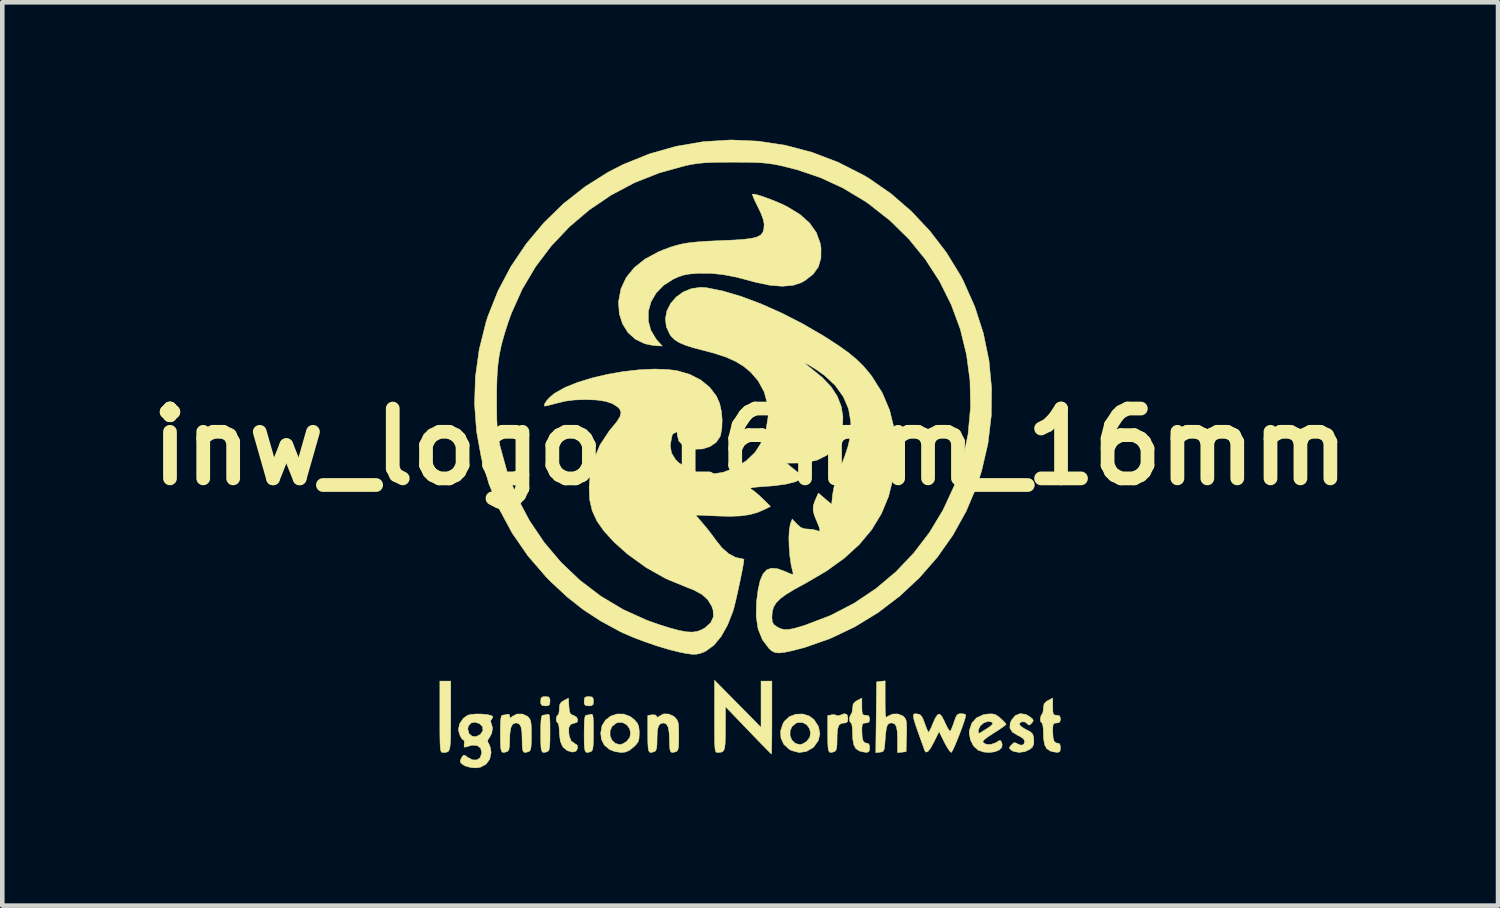
<source format=kicad_pcb>
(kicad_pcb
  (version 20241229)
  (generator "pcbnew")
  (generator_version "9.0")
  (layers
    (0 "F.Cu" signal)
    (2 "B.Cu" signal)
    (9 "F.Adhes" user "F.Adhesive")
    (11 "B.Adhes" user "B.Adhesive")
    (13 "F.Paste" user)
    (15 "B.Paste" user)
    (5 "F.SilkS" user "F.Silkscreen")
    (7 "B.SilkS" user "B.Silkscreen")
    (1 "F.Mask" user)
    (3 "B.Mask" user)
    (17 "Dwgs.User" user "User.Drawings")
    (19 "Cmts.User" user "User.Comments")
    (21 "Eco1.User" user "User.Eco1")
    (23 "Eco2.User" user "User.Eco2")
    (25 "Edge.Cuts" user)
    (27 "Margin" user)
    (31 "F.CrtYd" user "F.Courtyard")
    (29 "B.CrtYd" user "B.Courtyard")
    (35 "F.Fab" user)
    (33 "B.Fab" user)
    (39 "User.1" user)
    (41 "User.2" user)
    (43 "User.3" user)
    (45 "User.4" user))
  (footprint "inw_logo_16mm_16mm"
    (layer "F.Cu")
    (at 13.324 6.702)
    (property "Reference" "inw_logo_16mm_16mm" (at 0 0 0) (layer "F.SilkS") (effects (font (size 1.524 1.524) (thickness 0.3))))
    (attr through_hole)
    (fp_poly (pts (xy -4.398 5.461) (xy -4.372 5.501) (xy -4.369 5.554) (xy -4.377 5.626) (xy -4.417 5.653) (xy -4.47 5.656) (xy -4.542 5.647) (xy -4.569 5.608) (xy -4.572 5.554) (xy -4.564 5.482) (xy -4.524 5.456) (xy -4.47 5.453) (xy -4.398 5.461)) (stroke (width 0.01) (type solid)) (fill yes) (layer "F.SilkS"))
    (fp_poly (pts (xy -3.45 5.461) (xy -3.424 5.501) (xy -3.421 5.554) (xy -3.429 5.626) (xy -3.469 5.653) (xy -3.522 5.656) (xy -3.594 5.647) (xy -3.621 5.608) (xy -3.624 5.554) (xy -3.615 5.482) (xy -3.576 5.456) (xy -3.522 5.453) (xy -3.45 5.461)) (stroke (width 0.01) (type solid)) (fill yes) (layer "F.SilkS"))
    (fp_poly (pts (xy -6.536 5.872) (xy -6.536 6.125) (xy -6.538 6.318) (xy -6.543 6.459) (xy -6.553 6.556) (xy -6.569 6.618) (xy -6.594 6.653) (xy -6.63 6.668) (xy -6.677 6.672) (xy -6.708 6.672) (xy -6.729 6.669) (xy -6.745 6.654) (xy -6.756 6.621) (xy -6.764 6.559) (xy -6.769 6.462) (xy -6.772 6.321) (xy -6.773 6.129) (xy -6.773 5.893) (xy -6.773 5.114) (xy -6.536 5.114) (xy -6.536 5.872)) (stroke (width 0.01) (type solid)) (fill yes) (layer "F.SilkS"))
    (fp_poly (pts (xy -4.384 5.86) (xy -4.375 5.918) (xy -4.37 6.02) (xy -4.369 6.178) (xy -4.369 6.224) (xy -4.37 6.401) (xy -4.375 6.521) (xy -4.385 6.595) (xy -4.401 6.635) (xy -4.422 6.651) (xy -4.483 6.671) (xy -4.525 6.67) (xy -4.551 6.638) (xy -4.565 6.567) (xy -4.571 6.446) (xy -4.572 6.267) (xy -4.572 6.265) (xy -4.571 6.088) (xy -4.565 5.969) (xy -4.555 5.898) (xy -4.54 5.865) (xy -4.524 5.859) (xy -4.449 5.847) (xy -4.422 5.838) (xy -4.4 5.837) (xy -4.384 5.86)) (stroke (width 0.01) (type solid)) (fill yes) (layer "F.SilkS"))
    (fp_poly (pts (xy -3.436 5.86) (xy -3.427 5.918) (xy -3.422 6.02) (xy -3.421 6.178) (xy -3.421 6.224) (xy -3.422 6.401) (xy -3.427 6.521) (xy -3.437 6.595) (xy -3.453 6.635) (xy -3.474 6.651) (xy -3.535 6.671) (xy -3.576 6.67) (xy -3.603 6.638) (xy -3.617 6.567) (xy -3.623 6.446) (xy -3.624 6.267) (xy -3.624 6.265) (xy -3.622 6.088) (xy -3.617 5.969) (xy -3.607 5.898) (xy -3.591 5.865) (xy -3.576 5.859) (xy -3.501 5.847) (xy -3.474 5.838) (xy -3.451 5.837) (xy -3.436 5.86)) (stroke (width 0.01) (type solid)) (fill yes) (layer "F.SilkS"))
    (fp_poly (pts (xy 2.114 5.845) (xy 2.134 5.922) (xy 2.134 5.927) (xy 2.124 6) (xy 2.085 6.026) (xy 2.056 6.028) (xy 1.982 6.04) (xy 1.934 6.082) (xy 1.908 6.166) (xy 1.897 6.301) (xy 1.897 6.37) (xy 1.894 6.509) (xy 1.883 6.594) (xy 1.862 6.638) (xy 1.843 6.651) (xy 1.782 6.671) (xy 1.74 6.67) (xy 1.714 6.638) (xy 1.7 6.566) (xy 1.694 6.444) (xy 1.693 6.269) (xy 1.693 5.867) (xy 1.779 5.85) (xy 1.849 5.848) (xy 1.882 5.864) (xy 1.922 5.873) (xy 1.964 5.859) (xy 2.059 5.825) (xy 2.114 5.845)) (stroke (width 0.01) (type solid)) (fill yes) (layer "F.SilkS"))
    (fp_poly (pts (xy -0.27 5.611) (xy 0.237 6.125) (xy 0.237 5.114) (xy 0.474 5.114) (xy 0.474 5.91) (xy 0.474 6.134) (xy 0.473 6.333) (xy 0.471 6.499) (xy 0.468 6.622) (xy 0.466 6.692) (xy 0.464 6.706) (xy 0.438 6.682) (xy 0.373 6.617) (xy 0.275 6.517) (xy 0.151 6.39) (xy 0.009 6.242) (xy -0.042 6.189) (xy -0.538 5.673) (xy -0.54 6.152) (xy -0.542 6.349) (xy -0.547 6.489) (xy -0.559 6.581) (xy -0.581 6.636) (xy -0.617 6.662) (xy -0.67 6.671) (xy -0.714 6.672) (xy -0.735 6.669) (xy -0.75 6.655) (xy -0.762 6.621) (xy -0.77 6.56) (xy -0.775 6.464) (xy -0.777 6.324) (xy -0.778 6.132) (xy -0.778 5.884) (xy -0.777 5.097) (xy -0.27 5.611)) (stroke (width 0.01) (type solid)) (fill yes) (layer "F.SilkS"))
    (fp_poly (pts (xy 1.291 5.877) (xy 1.396 5.958) (xy 1.491 6.107) (xy 1.522 6.261) (xy 1.489 6.41) (xy 1.392 6.547) (xy 1.369 6.568) (xy 1.227 6.651) (xy 1.068 6.673) (xy 0.906 6.631) (xy 0.853 6.603) (xy 0.736 6.496) (xy 0.672 6.358) (xy 0.663 6.204) (xy 0.665 6.201) (xy 0.871 6.201) (xy 0.871 6.307) (xy 0.911 6.404) (xy 0.987 6.475) (xy 1.088 6.501) (xy 1.151 6.482) (xy 1.229 6.434) (xy 1.232 6.432) (xy 1.301 6.344) (xy 1.319 6.243) (xy 1.293 6.146) (xy 1.233 6.066) (xy 1.146 6.019) (xy 1.041 6.019) (xy 1.001 6.033) (xy 0.913 6.104) (xy 0.871 6.201) (xy 0.665 6.201) (xy 0.713 6.049) (xy 0.748 5.99) (xy 0.857 5.89) (xy 0.997 5.837) (xy 1.147 5.832) (xy 1.291 5.877)) (stroke (width 0.01) (type solid)) (fill yes) (layer "F.SilkS"))
    (fp_poly (pts (xy -3.956 5.663) (xy -3.946 5.768) (xy -3.926 5.825) (xy -3.887 5.852) (xy -3.861 5.859) (xy -3.787 5.903) (xy -3.766 5.951) (xy -3.772 6.006) (xy -3.826 6.031) (xy -3.85 6.034) (xy -3.923 6.063) (xy -3.958 6.133) (xy -3.958 6.251) (xy -3.947 6.322) (xy -3.907 6.422) (xy -3.84 6.47) (xy -3.775 6.514) (xy -3.765 6.579) (xy -3.802 6.644) (xy -3.878 6.664) (xy -3.983 6.635) (xy -3.996 6.629) (xy -4.087 6.553) (xy -4.142 6.435) (xy -4.164 6.265) (xy -4.165 6.223) (xy -4.171 6.118) (xy -4.185 6.048) (xy -4.199 6.028) (xy -4.225 5.999) (xy -4.233 5.944) (xy -4.222 5.88) (xy -4.199 5.859) (xy -4.178 5.829) (xy -4.166 5.754) (xy -4.166 5.724) (xy -4.157 5.63) (xy -4.123 5.574) (xy -4.066 5.538) (xy -3.966 5.486) (xy -3.956 5.663)) (stroke (width 0.01) (type solid)) (fill yes) (layer "F.SilkS"))
    (fp_poly (pts (xy 2.946 5.523) (xy 2.947 5.696) (xy 2.949 5.81) (xy 2.956 5.876) (xy 2.967 5.902) (xy 2.986 5.899) (xy 3.008 5.881) (xy 3.106 5.834) (xy 3.223 5.831) (xy 3.329 5.873) (xy 3.354 5.894) (xy 3.385 5.932) (xy 3.405 5.98) (xy 3.414 6.054) (xy 3.416 6.167) (xy 3.413 6.309) (xy 3.404 6.655) (xy 3.31 6.666) (xy 3.217 6.676) (xy 3.217 6.393) (xy 3.212 6.227) (xy 3.195 6.118) (xy 3.161 6.055) (xy 3.106 6.03) (xy 3.077 6.028) (xy 3.028 6.038) (xy 2.994 6.077) (xy 2.971 6.154) (xy 2.955 6.281) (xy 2.947 6.384) (xy 2.937 6.518) (xy 2.926 6.599) (xy 2.907 6.642) (xy 2.875 6.659) (xy 2.836 6.666) (xy 2.742 6.676) (xy 2.751 5.904) (xy 2.76 5.131) (xy 2.853 5.12) (xy 2.946 5.109) (xy 2.946 5.523)) (stroke (width 0.01) (type solid)) (fill yes) (layer "F.SilkS"))
    (fp_poly (pts (xy -2.758 5.834) (xy -2.615 5.889) (xy -2.526 5.959) (xy -2.464 6.03) (xy -2.433 6.101) (xy -2.422 6.199) (xy -2.421 6.252) (xy -2.426 6.365) (xy -2.446 6.44) (xy -2.494 6.504) (xy -2.548 6.556) (xy -2.643 6.631) (xy -2.731 6.665) (xy -2.819 6.672) (xy -2.952 6.653) (xy -3.07 6.607) (xy -3.071 6.606) (xy -3.186 6.508) (xy -3.247 6.383) (xy -3.262 6.245) (xy -3.254 6.201) (xy -3.058 6.201) (xy -3.058 6.307) (xy -3.018 6.404) (xy -2.942 6.475) (xy -2.841 6.501) (xy -2.778 6.482) (xy -2.7 6.434) (xy -2.697 6.432) (xy -2.627 6.344) (xy -2.609 6.243) (xy -2.635 6.146) (xy -2.696 6.066) (xy -2.783 6.019) (xy -2.888 6.019) (xy -2.927 6.033) (xy -3.016 6.104) (xy -3.058 6.201) (xy -3.254 6.201) (xy -3.234 6.088) (xy -3.156 5.964) (xy -3.042 5.877) (xy -2.905 5.832) (xy -2.758 5.834)) (stroke (width 0.01) (type solid)) (fill yes) (layer "F.SilkS"))
    (fp_poly (pts (xy -1.778 5.833) (xy -1.672 5.881) (xy -1.641 5.908) (xy -1.602 5.953) (xy -1.577 6.002) (xy -1.564 6.073) (xy -1.559 6.182) (xy -1.558 6.311) (xy -1.56 6.466) (xy -1.567 6.566) (xy -1.582 6.622) (xy -1.606 6.649) (xy -1.611 6.651) (xy -1.683 6.673) (xy -1.728 6.663) (xy -1.751 6.613) (xy -1.76 6.511) (xy -1.761 6.416) (xy -1.769 6.234) (xy -1.792 6.113) (xy -1.835 6.047) (xy -1.891 6.028) (xy -1.957 6.043) (xy -2 6.092) (xy -2.024 6.187) (xy -2.032 6.337) (xy -2.032 6.37) (xy -2.035 6.509) (xy -2.046 6.594) (xy -2.066 6.638) (xy -2.086 6.651) (xy -2.147 6.671) (xy -2.188 6.67) (xy -2.214 6.638) (xy -2.228 6.566) (xy -2.234 6.444) (xy -2.235 6.269) (xy -2.235 5.867) (xy -2.148 5.85) (xy -2.071 5.853) (xy -2.043 5.879) (xy -2.021 5.907) (xy -1.981 5.88) (xy -1.975 5.875) (xy -1.887 5.83) (xy -1.778 5.833)) (stroke (width 0.01) (type solid)) (fill yes) (layer "F.SilkS"))
    (fp_poly (pts (xy 2.438 5.672) (xy 2.441 5.779) (xy 2.452 5.835) (xy 2.48 5.856) (xy 2.523 5.859) (xy 2.588 5.873) (xy 2.607 5.928) (xy 2.608 5.944) (xy 2.594 6.008) (xy 2.539 6.028) (xy 2.523 6.028) (xy 2.473 6.034) (xy 2.447 6.062) (xy 2.439 6.131) (xy 2.438 6.195) (xy 2.445 6.337) (xy 2.466 6.423) (xy 2.507 6.462) (xy 2.544 6.469) (xy 2.591 6.486) (xy 2.607 6.55) (xy 2.608 6.57) (xy 2.598 6.643) (xy 2.561 6.668) (xy 2.532 6.67) (xy 2.436 6.655) (xy 2.381 6.638) (xy 2.308 6.589) (xy 2.262 6.506) (xy 2.239 6.377) (xy 2.235 6.251) (xy 2.23 6.135) (xy 2.218 6.055) (xy 2.201 6.028) (xy 2.176 5.999) (xy 2.167 5.946) (xy 2.18 5.874) (xy 2.201 5.842) (xy 2.224 5.797) (xy 2.235 5.715) (xy 2.235 5.705) (xy 2.248 5.615) (xy 2.3 5.559) (xy 2.337 5.537) (xy 2.438 5.485) (xy 2.438 5.672)) (stroke (width 0.01) (type solid)) (fill yes) (layer "F.SilkS"))
    (fp_poly (pts (xy 6.018 5.842) (xy 6.11 5.897) (xy 6.169 5.948) (xy 6.179 5.984) (xy 6.146 6.029) (xy 6.144 6.032) (xy 6.097 6.074) (xy 6.066 6.065) (xy 6.046 6.041) (xy 5.992 6.005) (xy 5.928 6.003) (xy 5.882 6.033) (xy 5.876 6.057) (xy 5.904 6.097) (xy 5.976 6.147) (xy 6.028 6.175) (xy 6.121 6.225) (xy 6.167 6.272) (xy 6.186 6.34) (xy 6.191 6.388) (xy 6.19 6.488) (xy 6.161 6.553) (xy 6.11 6.6) (xy 5.998 6.654) (xy 5.867 6.671) (xy 5.747 6.647) (xy 5.705 6.624) (xy 5.661 6.586) (xy 5.665 6.552) (xy 5.703 6.507) (xy 5.755 6.46) (xy 5.801 6.464) (xy 5.833 6.484) (xy 5.913 6.515) (xy 5.973 6.494) (xy 5.994 6.43) (xy 5.966 6.372) (xy 5.877 6.315) (xy 5.843 6.3) (xy 5.723 6.227) (xy 5.668 6.139) (xy 5.676 6.03) (xy 5.703 5.968) (xy 5.786 5.867) (xy 5.895 5.824) (xy 6.018 5.842)) (stroke (width 0.01) (type solid)) (fill yes) (layer "F.SilkS"))
    (fp_poly (pts (xy 6.604 5.672) (xy 6.606 5.779) (xy 6.618 5.835) (xy 6.646 5.856) (xy 6.689 5.859) (xy 6.753 5.873) (xy 6.773 5.928) (xy 6.773 5.944) (xy 6.759 6.008) (xy 6.704 6.028) (xy 6.689 6.028) (xy 6.638 6.034) (xy 6.613 6.062) (xy 6.605 6.131) (xy 6.604 6.195) (xy 6.61 6.337) (xy 6.632 6.423) (xy 6.672 6.462) (xy 6.709 6.469) (xy 6.757 6.486) (xy 6.773 6.55) (xy 6.773 6.57) (xy 6.764 6.643) (xy 6.726 6.668) (xy 6.697 6.67) (xy 6.601 6.655) (xy 6.547 6.638) (xy 6.473 6.589) (xy 6.428 6.506) (xy 6.405 6.377) (xy 6.401 6.251) (xy 6.396 6.135) (xy 6.383 6.055) (xy 6.367 6.028) (xy 6.341 5.999) (xy 6.333 5.946) (xy 6.346 5.874) (xy 6.367 5.842) (xy 6.39 5.797) (xy 6.401 5.715) (xy 6.401 5.705) (xy 6.414 5.615) (xy 6.465 5.559) (xy 6.502 5.537) (xy 6.604 5.485) (xy 6.604 5.672)) (stroke (width 0.01) (type solid)) (fill yes) (layer "F.SilkS"))
    (fp_poly (pts (xy -4.972 5.833) (xy -4.866 5.88) (xy -4.849 5.894) (xy -4.815 5.933) (xy -4.793 5.981) (xy -4.781 6.055) (xy -4.776 6.169) (xy -4.775 6.297) (xy -4.777 6.456) (xy -4.784 6.559) (xy -4.798 6.618) (xy -4.82 6.647) (xy -4.829 6.651) (xy -4.898 6.672) (xy -4.942 6.665) (xy -4.966 6.619) (xy -4.976 6.524) (xy -4.978 6.391) (xy -4.983 6.225) (xy -5.001 6.117) (xy -5.036 6.055) (xy -5.091 6.03) (xy -5.119 6.028) (xy -5.182 6.053) (xy -5.223 6.129) (xy -5.245 6.263) (xy -5.249 6.395) (xy -5.253 6.527) (xy -5.266 6.606) (xy -5.29 6.644) (xy -5.303 6.651) (xy -5.364 6.671) (xy -5.405 6.67) (xy -5.431 6.638) (xy -5.446 6.567) (xy -5.451 6.446) (xy -5.453 6.267) (xy -5.453 6.265) (xy -5.451 6.088) (xy -5.446 5.969) (xy -5.436 5.898) (xy -5.42 5.865) (xy -5.405 5.859) (xy -5.33 5.847) (xy -5.303 5.838) (xy -5.258 5.841) (xy -5.249 5.877) (xy -5.245 5.917) (xy -5.219 5.908) (xy -5.187 5.881) (xy -5.089 5.833) (xy -4.972 5.833)) (stroke (width 0.01) (type solid)) (fill yes) (layer "F.SilkS"))
    (fp_poly (pts (xy 5.357 5.847) (xy 5.433 5.9) (xy 5.464 5.926) (xy 5.536 5.994) (xy 5.58 6.044) (xy 5.587 6.057) (xy 5.56 6.083) (xy 5.488 6.136) (xy 5.384 6.205) (xy 5.318 6.247) (xy 5.189 6.331) (xy 5.112 6.39) (xy 5.08 6.431) (xy 5.086 6.458) (xy 5.156 6.496) (xy 5.255 6.497) (xy 5.356 6.462) (xy 5.379 6.448) (xy 5.442 6.41) (xy 5.473 6.419) (xy 5.499 6.485) (xy 5.5 6.491) (xy 5.493 6.562) (xy 5.434 6.619) (xy 5.339 6.657) (xy 5.221 6.673) (xy 5.097 6.663) (xy 4.981 6.624) (xy 4.974 6.621) (xy 4.877 6.533) (xy 4.81 6.403) (xy 4.782 6.255) (xy 4.785 6.201) (xy 4.978 6.201) (xy 4.983 6.249) (xy 5.008 6.251) (xy 5.063 6.218) (xy 5.16 6.156) (xy 5.232 6.109) (xy 5.291 6.054) (xy 5.285 6.014) (xy 5.216 5.995) (xy 5.197 5.994) (xy 5.102 6.023) (xy 5.022 6.092) (xy 4.98 6.181) (xy 4.978 6.201) (xy 4.785 6.201) (xy 4.786 6.188) (xy 4.837 6.033) (xy 4.941 5.917) (xy 5.089 5.848) (xy 5.173 5.834) (xy 5.281 5.829) (xy 5.357 5.847)) (stroke (width 0.01) (type solid)) (fill yes) (layer "F.SilkS"))
    (fp_poly (pts (xy 4.679 5.834) (xy 4.707 5.855) (xy 4.696 5.912) (xy 4.665 6.011) (xy 4.621 6.137) (xy 4.568 6.276) (xy 4.513 6.414) (xy 4.462 6.535) (xy 4.42 6.625) (xy 4.393 6.669) (xy 4.389 6.672) (xy 4.356 6.643) (xy 4.305 6.569) (xy 4.246 6.463) (xy 4.236 6.443) (xy 4.123 6.215) (xy 4.017 6.432) (xy 3.94 6.574) (xy 3.879 6.652) (xy 3.834 6.665) (xy 3.811 6.632) (xy 3.721 6.383) (xy 3.652 6.191) (xy 3.604 6.049) (xy 3.574 5.948) (xy 3.562 5.883) (xy 3.565 5.846) (xy 3.583 5.83) (xy 3.613 5.828) (xy 3.649 5.831) (xy 3.705 5.846) (xy 3.746 5.887) (xy 3.784 5.968) (xy 3.809 6.037) (xy 3.847 6.139) (xy 3.878 6.21) (xy 3.894 6.231) (xy 3.915 6.203) (xy 3.951 6.13) (xy 3.976 6.07) (xy 4.038 5.927) (xy 4.089 5.849) (xy 4.134 5.833) (xy 4.181 5.879) (xy 4.237 5.987) (xy 4.256 6.03) (xy 4.304 6.129) (xy 4.345 6.193) (xy 4.37 6.208) (xy 4.37 6.208) (xy 4.393 6.162) (xy 4.427 6.075) (xy 4.452 6.003) (xy 4.489 5.9) (xy 4.523 5.847) (xy 4.568 5.827) (xy 4.609 5.825) (xy 4.679 5.834)) (stroke (width 0.01) (type solid)) (fill yes) (layer "F.SilkS"))
    (fp_poly (pts (xy -5.856 5.834) (xy -5.744 5.845) (xy -5.659 5.863) (xy -5.617 5.889) (xy -5.616 5.898) (xy -5.646 5.952) (xy -5.657 5.961) (xy -5.667 6) (xy -5.654 6.029) (xy -5.624 6.134) (xy -5.641 6.253) (xy -5.686 6.338) (xy -5.728 6.402) (xy -5.724 6.451) (xy -5.703 6.484) (xy -5.672 6.561) (xy -5.656 6.664) (xy -5.656 6.681) (xy -5.686 6.823) (xy -5.768 6.931) (xy -5.893 6.996) (xy -6 7.009) (xy -6.117 6.996) (xy -6.221 6.966) (xy -6.24 6.957) (xy -6.314 6.905) (xy -6.328 6.85) (xy -6.293 6.776) (xy -6.261 6.733) (xy -6.229 6.733) (xy -6.17 6.776) (xy -6.17 6.776) (xy -6.061 6.834) (xy -5.964 6.835) (xy -5.893 6.786) (xy -5.86 6.689) (xy -5.859 6.666) (xy -5.885 6.573) (xy -5.959 6.521) (xy -6.069 6.513) (xy -6.202 6.551) (xy -6.24 6.556) (xy -6.245 6.514) (xy -6.24 6.487) (xy -6.238 6.424) (xy -6.256 6.401) (xy -6.294 6.372) (xy -6.332 6.302) (xy -6.36 6.216) (xy -6.367 6.161) (xy -6.164 6.161) (xy -6.137 6.26) (xy -6.071 6.318) (xy -5.982 6.327) (xy -5.889 6.279) (xy -5.887 6.277) (xy -5.832 6.193) (xy -5.842 6.109) (xy -5.905 6.045) (xy -6.004 6.01) (xy -6.091 6.029) (xy -6.15 6.093) (xy -6.164 6.161) (xy -6.367 6.161) (xy -6.367 6.16) (xy -6.338 6.04) (xy -6.264 5.93) (xy -6.169 5.861) (xy -6.086 5.841) (xy -5.976 5.832) (xy -5.856 5.834)) (stroke (width 0.01) (type solid)) (fill yes) (layer "F.SilkS"))
    (fp_poly (pts (xy 0.182 -5.492) (xy 0.306 -5.451) (xy 0.45 -5.398) (xy 0.6 -5.338) (xy 0.742 -5.274) (xy 0.806 -5.242) (xy 1.083 -5.074) (xy 1.296 -4.885) (xy 1.445 -4.674) (xy 1.529 -4.442) (xy 1.546 -4.341) (xy 1.544 -4.116) (xy 1.488 -3.926) (xy 1.373 -3.766) (xy 1.197 -3.629) (xy 1.118 -3.584) (xy 0.933 -3.523) (xy 0.701 -3.504) (xy 0.428 -3.526) (xy 0.119 -3.591) (xy 0.032 -3.615) (xy -0.302 -3.703) (xy -0.595 -3.759) (xy -0.863 -3.786) (xy -1.123 -3.787) (xy -1.153 -3.785) (xy -1.323 -3.771) (xy -1.453 -3.748) (xy -1.571 -3.708) (xy -1.676 -3.66) (xy -1.889 -3.525) (xy -2.052 -3.357) (xy -2.164 -3.165) (xy -2.222 -2.96) (xy -2.224 -2.75) (xy -2.168 -2.543) (xy -2.052 -2.349) (xy -2.005 -2.294) (xy -1.918 -2.201) (xy -2.034 -2.204) (xy -2.139 -2.216) (xy -2.265 -2.242) (xy -2.314 -2.256) (xy -2.509 -2.35) (xy -2.668 -2.495) (xy -2.785 -2.682) (xy -2.856 -2.902) (xy -2.873 -3.147) (xy -2.871 -3.18) (xy -2.82 -3.449) (xy -2.706 -3.693) (xy -2.531 -3.909) (xy -2.297 -4.096) (xy -2.002 -4.255) (xy -1.886 -4.303) (xy -1.74 -4.357) (xy -1.607 -4.398) (xy -1.473 -4.43) (xy -1.326 -4.454) (xy -1.153 -4.472) (xy -0.941 -4.487) (xy -0.676 -4.499) (xy -0.61 -4.502) (xy -0.336 -4.514) (xy -0.123 -4.53) (xy 0.038 -4.551) (xy 0.153 -4.581) (xy 0.229 -4.622) (xy 0.275 -4.678) (xy 0.298 -4.751) (xy 0.305 -4.845) (xy 0.305 -4.861) (xy 0.288 -4.952) (xy 0.242 -5.081) (xy 0.173 -5.228) (xy 0.169 -5.236) (xy 0.11 -5.355) (xy 0.068 -5.45) (xy 0.049 -5.505) (xy 0.05 -5.514) (xy 0.092 -5.514) (xy 0.182 -5.492)) (stroke (width 0.01) (type solid)) (fill yes) (layer "F.SilkS"))
    (fp_poly (pts (xy 0.174 -6.671) (xy 0.767 -6.581) (xy 1.351 -6.427) (xy 1.92 -6.21) (xy 2.47 -5.931) (xy 2.599 -5.854) (xy 3.072 -5.526) (xy 3.515 -5.143) (xy 3.921 -4.711) (xy 4.282 -4.241) (xy 4.59 -3.74) (xy 4.651 -3.624) (xy 4.902 -3.06) (xy 5.089 -2.479) (xy 5.212 -1.884) (xy 5.269 -1.282) (xy 5.262 -0.675) (xy 5.19 -0.07) (xy 5.051 0.528) (xy 4.944 0.864) (xy 4.714 1.408) (xy 4.427 1.925) (xy 4.086 2.409) (xy 3.696 2.856) (xy 3.262 3.261) (xy 2.79 3.62) (xy 2.283 3.93) (xy 1.748 4.185) (xy 1.188 4.381) (xy 0.914 4.452) (xy 0.746 4.487) (xy 0.626 4.5) (xy 0.538 4.489) (xy 0.468 4.453) (xy 0.414 4.405) (xy 0.268 4.212) (xy 0.173 3.977) (xy 0.131 3.699) (xy 0.138 3.394) (xy 0.172 3.125) (xy 0.218 2.92) (xy 0.281 2.774) (xy 0.363 2.685) (xy 0.468 2.649) (xy 0.6 2.662) (xy 0.761 2.721) (xy 0.773 2.726) (xy 0.872 2.77) (xy 0.924 2.785) (xy 0.939 2.773) (xy 0.935 2.751) (xy 0.895 2.584) (xy 0.867 2.389) (xy 0.85 2.184) (xy 0.845 1.986) (xy 0.854 1.815) (xy 0.877 1.688) (xy 0.882 1.672) (xy 0.918 1.578) (xy 1.02 1.686) (xy 1.104 1.761) (xy 1.192 1.791) (xy 1.257 1.795) (xy 1.362 1.804) (xy 1.447 1.825) (xy 1.458 1.83) (xy 1.508 1.845) (xy 1.522 1.814) (xy 1.499 1.733) (xy 1.461 1.643) (xy 1.4 1.495) (xy 1.374 1.382) (xy 1.379 1.284) (xy 1.415 1.177) (xy 1.421 1.164) (xy 1.489 1.01) (xy 1.778 1.257) (xy 1.8 1.04) (xy 1.831 0.876) (xy 1.892 0.668) (xy 1.977 0.437) (xy 2.07 0.191) (xy 2.136 -0.011) (xy 2.176 -0.185) (xy 2.196 -0.347) (xy 2.197 -0.512) (xy 2.195 -0.554) (xy 2.147 -0.83) (xy 2.034 -1.092) (xy 1.86 -1.335) (xy 1.625 -1.556) (xy 1.448 -1.682) (xy 1.319 -1.762) (xy 1.235 -1.81) (xy 1.199 -1.824) (xy 1.213 -1.804) (xy 1.281 -1.749) (xy 1.321 -1.719) (xy 1.574 -1.512) (xy 1.766 -1.31) (xy 1.901 -1.103) (xy 1.986 -0.886) (xy 2.024 -0.661) (xy 2.017 -0.393) (xy 1.953 -0.16) (xy 1.837 0.034) (xy 1.671 0.186) (xy 1.46 0.292) (xy 1.207 0.347) (xy 1.065 0.355) (xy 0.793 0.356) (xy 0.926 0.467) (xy 1.018 0.54) (xy 1.098 0.597) (xy 1.126 0.614) (xy 1.17 0.643) (xy 1.162 0.668) (xy 1.118 0.701) (xy 0.987 0.763) (xy 0.79 0.813) (xy 0.528 0.85) (xy 0.333 0.865) (xy 0.171 0.877) (xy 0.068 0.888) (xy 0.017 0.899) (xy 0.008 0.913) (xy 0.032 0.93) (xy 0.095 0.975) (xy 0.184 1.05) (xy 0.276 1.136) (xy 0.444 1.301) (xy 0.324 1.362) (xy 0.161 1.433) (xy -0.011 1.481) (xy -0.209 1.509) (xy -0.445 1.518) (xy -0.705 1.511) (xy -1.19 1.49) (xy -1.024 1.685) (xy -0.922 1.808) (xy -0.822 1.938) (xy -0.75 2.038) (xy -0.615 2.207) (xy -0.467 2.335) (xy -0.321 2.412) (xy -0.262 2.427) (xy -0.181 2.442) (xy -0.138 2.455) (xy -0.135 2.457) (xy -0.143 2.52) (xy -0.162 2.633) (xy -0.191 2.783) (xy -0.226 2.954) (xy -0.264 3.132) (xy -0.302 3.301) (xy -0.337 3.447) (xy -0.365 3.555) (xy -0.375 3.589) (xy -0.494 3.892) (xy -0.634 4.141) (xy -0.792 4.331) (xy -0.965 4.458) (xy -0.999 4.475) (xy -1.091 4.511) (xy -1.177 4.529) (xy -1.276 4.528) (xy -1.408 4.509) (xy -1.541 4.483) (xy -1.765 4.427) (xy -2.022 4.35) (xy -2.29 4.259) (xy -2.546 4.162) (xy -2.768 4.067) (xy -2.84 4.032) (xy -3.265 3.801) (xy -3.645 3.553) (xy -3.999 3.273) (xy -4.349 2.947) (xy -4.458 2.836) (xy -4.854 2.377) (xy -5.194 1.884) (xy -5.476 1.36) (xy -5.701 0.812) (xy -5.867 0.244) (xy -5.972 -0.339) (xy -6.016 -0.932) (xy -6.012 -1.05) (xy -5.534 -1.05) (xy -5.533 -0.796) (xy -5.53 -0.596) (xy -5.522 -0.434) (xy -5.509 -0.297) (xy -5.491 -0.171) (xy -5.466 -0.04) (xy -5.459 -0.011) (xy -5.302 0.559) (xy -5.087 1.102) (xy -4.817 1.612) (xy -4.496 2.088) (xy -4.128 2.523) (xy -3.715 2.915) (xy -3.263 3.259) (xy -2.773 3.552) (xy -2.251 3.788) (xy -2.015 3.872) (xy -1.758 3.953) (xy -1.552 4.009) (xy -1.388 4.039) (xy -1.256 4.045) (xy -1.145 4.027) (xy -1.046 3.987) (xy -0.981 3.948) (xy -0.859 3.838) (xy -0.802 3.709) (xy -0.81 3.562) (xy -0.84 3.477) (xy -0.927 3.336) (xy -1.056 3.22) (xy -1.237 3.123) (xy -1.384 3.066) (xy -1.836 2.88) (xy -2.273 2.634) (xy -2.681 2.339) (xy -2.967 2.083) (xy -3.185 1.847) (xy -3.344 1.622) (xy -3.448 1.395) (xy -3.504 1.153) (xy -3.514 0.883) (xy -3.495 0.647) (xy -3.417 0.292) (xy -3.277 -0.041) (xy -3.077 -0.345) (xy -3.017 -0.417) (xy -2.902 -0.558) (xy -2.837 -0.667) (xy -2.82 -0.751) (xy -2.847 -0.822) (xy -2.891 -0.868) (xy -3.006 -0.942) (xy -3.157 -0.992) (xy -3.354 -1.021) (xy -3.607 -1.03) (xy -3.839 -1.022) (xy -4.038 -0.996) (xy -4.212 -0.954) (xy -4.337 -0.921) (xy -4.433 -0.897) (xy -4.485 -0.888) (xy -4.49 -0.889) (xy -4.489 -0.931) (xy -4.447 -1) (xy -4.374 -1.079) (xy -4.284 -1.156) (xy -4.259 -1.173) (xy -4.04 -1.295) (xy -3.768 -1.405) (xy -3.456 -1.501) (xy -3.118 -1.581) (xy -2.769 -1.642) (xy -2.421 -1.681) (xy -2.089 -1.697) (xy -1.787 -1.686) (xy -1.592 -1.66) (xy -1.319 -1.581) (xy -1.08 -1.459) (xy -0.884 -1.299) (xy -0.738 -1.108) (xy -0.667 -0.948) (xy -0.629 -0.779) (xy -0.612 -0.59) (xy -0.618 -0.408) (xy -0.645 -0.256) (xy -0.658 -0.22) (xy -0.745 -0.095) (xy -0.878 -0.004) (xy -1.041 0.047) (xy -1.219 0.053) (xy -1.317 0.035) (xy -1.466 -0.029) (xy -1.557 -0.126) (xy -1.591 -0.258) (xy -1.592 -0.277) (xy -1.6 -0.371) (xy -1.622 -0.401) (xy -1.655 -0.369) (xy -1.694 -0.277) (xy -1.711 -0.222) (xy -1.744 -0.029) (xy -1.718 0.134) (xy -1.631 0.277) (xy -1.568 0.34) (xy -1.35 0.49) (xy -1.111 0.576) (xy -0.857 0.599) (xy -0.592 0.558) (xy -0.331 0.457) (xy -0.084 0.305) (xy 0.105 0.125) (xy 0.237 -0.08) (xy 0.345 -0.367) (xy 0.392 -0.654) (xy 0.378 -0.935) (xy 0.305 -1.2) (xy 0.173 -1.442) (xy 0.008 -1.632) (xy -0.149 -1.761) (xy -0.326 -1.868) (xy -0.536 -1.961) (xy -0.792 -2.044) (xy -0.999 -2.098) (xy -1.235 -2.16) (xy -1.415 -2.217) (xy -1.549 -2.274) (xy -1.647 -2.336) (xy -1.721 -2.408) (xy -1.751 -2.449) (xy -1.83 -2.619) (xy -1.85 -2.795) (xy -1.817 -2.967) (xy -1.737 -3.127) (xy -1.616 -3.267) (xy -1.463 -3.378) (xy -1.282 -3.452) (xy -1.081 -3.481) (xy -0.953 -3.472) (xy -0.59 -3.399) (xy -0.191 -3.28) (xy 0.236 -3.12) (xy 0.679 -2.923) (xy 1.13 -2.693) (xy 1.578 -2.434) (xy 1.692 -2.363) (xy 1.947 -2.196) (xy 2.153 -2.048) (xy 2.322 -1.908) (xy 2.467 -1.766) (xy 2.599 -1.611) (xy 2.659 -1.532) (xy 2.883 -1.178) (xy 3.043 -0.802) (xy 3.141 -0.403) (xy 3.177 0.023) (xy 3.172 0.237) (xy 3.122 0.677) (xy 3.021 1.083) (xy 2.865 1.459) (xy 2.653 1.808) (xy 2.383 2.131) (xy 2.052 2.433) (xy 1.66 2.715) (xy 1.203 2.982) (xy 1.202 2.982) (xy 0.967 3.11) (xy 0.788 3.219) (xy 0.656 3.316) (xy 0.566 3.407) (xy 0.51 3.5) (xy 0.482 3.603) (xy 0.474 3.721) (xy 0.474 3.722) (xy 0.482 3.819) (xy 0.517 3.88) (xy 0.584 3.929) (xy 0.665 3.97) (xy 0.747 3.989) (xy 0.845 3.987) (xy 0.973 3.961) (xy 1.146 3.911) (xy 1.21 3.89) (xy 1.756 3.681) (xy 2.269 3.415) (xy 2.745 3.096) (xy 3.181 2.729) (xy 3.572 2.318) (xy 3.917 1.866) (xy 4.211 1.378) (xy 4.451 0.859) (xy 4.633 0.311) (xy 4.753 -0.26) (xy 4.757 -0.282) (xy 4.81 -0.867) (xy 4.798 -1.446) (xy 4.722 -2.014) (xy 4.586 -2.568) (xy 4.389 -3.101) (xy 4.136 -3.609) (xy 3.827 -4.088) (xy 3.465 -4.533) (xy 3.053 -4.938) (xy 2.592 -5.3) (xy 2.497 -5.365) (xy 2.023 -5.649) (xy 1.538 -5.874) (xy 1.024 -6.048) (xy 0.667 -6.137) (xy 0.533 -6.164) (xy 0.407 -6.183) (xy 0.273 -6.197) (xy 0.118 -6.206) (xy -0.073 -6.21) (xy -0.314 -6.212) (xy -0.373 -6.212) (xy -0.626 -6.211) (xy -0.827 -6.207) (xy -0.988 -6.199) (xy -1.125 -6.187) (xy -1.252 -6.168) (xy -1.383 -6.143) (xy -1.412 -6.137) (xy -1.982 -5.979) (xy -2.525 -5.764) (xy -3.036 -5.493) (xy -3.512 -5.171) (xy -3.947 -4.801) (xy -4.339 -4.387) (xy -4.683 -3.933) (xy -4.975 -3.441) (xy -5.211 -2.915) (xy -5.283 -2.716) (xy -5.367 -2.452) (xy -5.431 -2.22) (xy -5.477 -2) (xy -5.507 -1.777) (xy -5.525 -1.532) (xy -5.533 -1.248) (xy -5.534 -1.05) (xy -6.012 -1.05) (xy -5.997 -1.529) (xy -5.914 -2.125) (xy -5.767 -2.716) (xy -5.724 -2.85) (xy -5.503 -3.404) (xy -5.223 -3.933) (xy -4.888 -4.43) (xy -4.502 -4.89) (xy -4.072 -5.309) (xy -3.601 -5.679) (xy -3.095 -5.997) (xy -2.774 -6.161) (xy -2.203 -6.392) (xy -1.618 -6.558) (xy -1.024 -6.66) (xy -0.425 -6.697) (xy 0.174 -6.671)) (stroke (width 0.01) (type solid)) (fill yes) (layer "F.SilkS")))
  (gr_rect
    (start -3 -3)
    (end 29.648 16.717)
    (stroke (width 0.1) (type default))
    (fill no)
    (layer "Edge.Cuts")))
</source>
